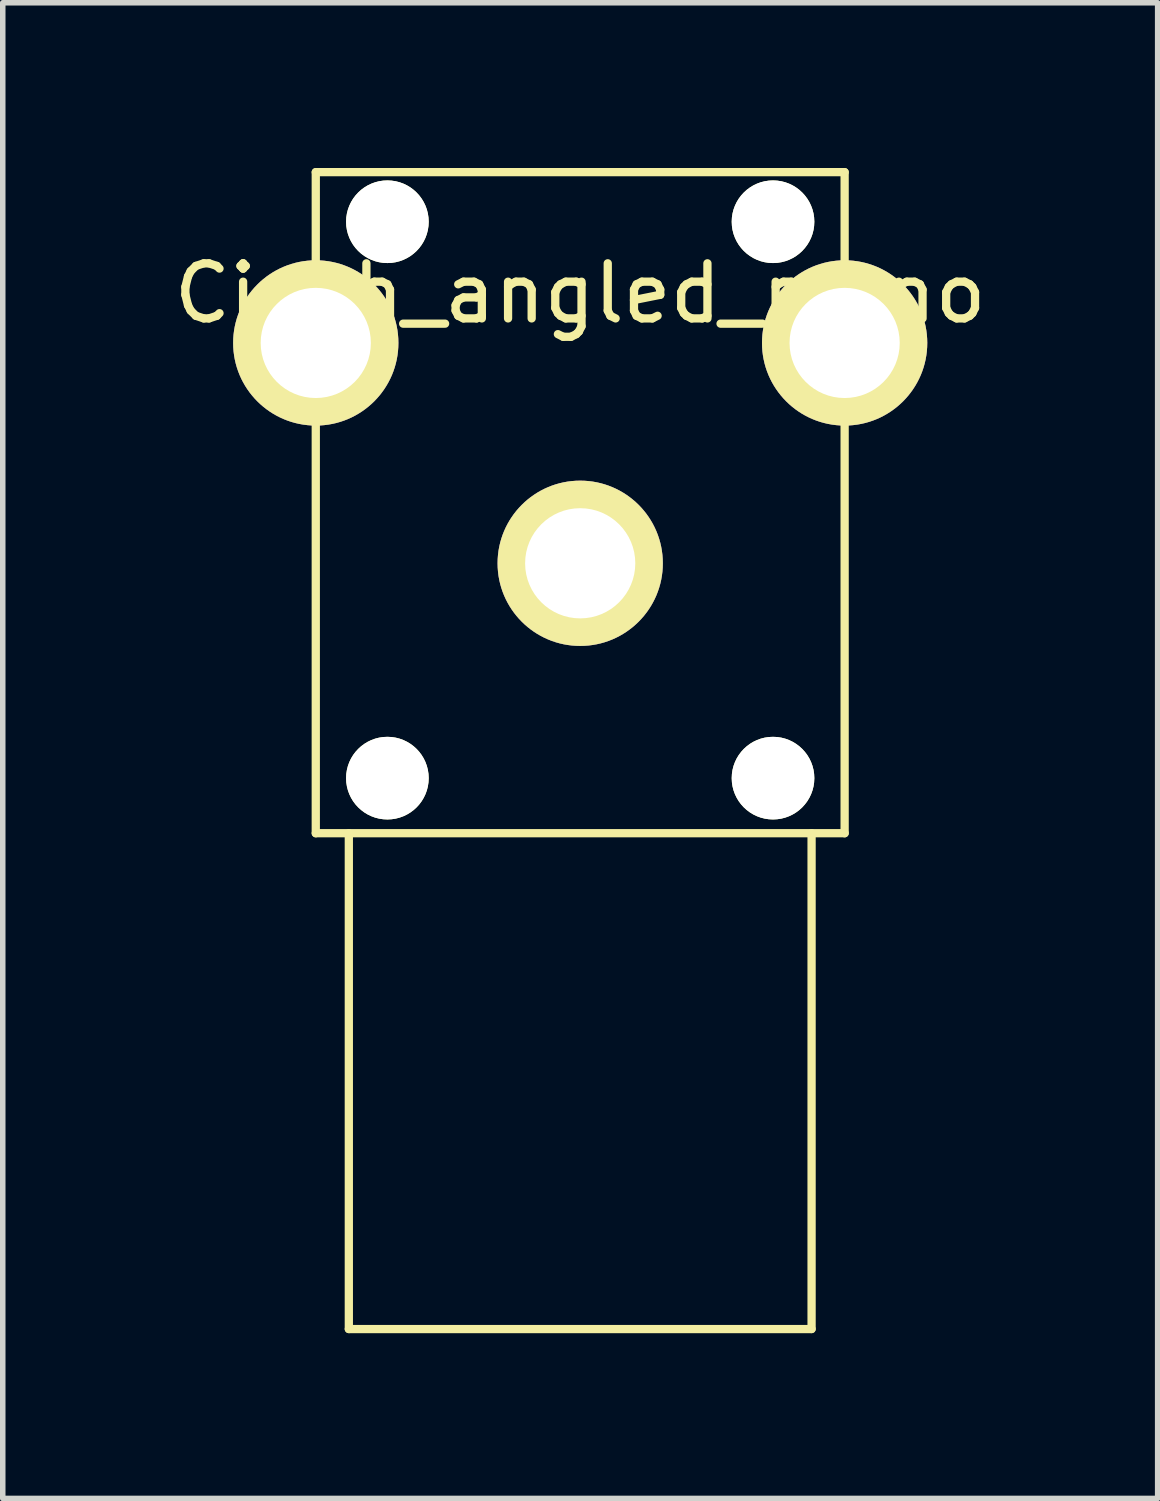
<source format=kicad_pcb>
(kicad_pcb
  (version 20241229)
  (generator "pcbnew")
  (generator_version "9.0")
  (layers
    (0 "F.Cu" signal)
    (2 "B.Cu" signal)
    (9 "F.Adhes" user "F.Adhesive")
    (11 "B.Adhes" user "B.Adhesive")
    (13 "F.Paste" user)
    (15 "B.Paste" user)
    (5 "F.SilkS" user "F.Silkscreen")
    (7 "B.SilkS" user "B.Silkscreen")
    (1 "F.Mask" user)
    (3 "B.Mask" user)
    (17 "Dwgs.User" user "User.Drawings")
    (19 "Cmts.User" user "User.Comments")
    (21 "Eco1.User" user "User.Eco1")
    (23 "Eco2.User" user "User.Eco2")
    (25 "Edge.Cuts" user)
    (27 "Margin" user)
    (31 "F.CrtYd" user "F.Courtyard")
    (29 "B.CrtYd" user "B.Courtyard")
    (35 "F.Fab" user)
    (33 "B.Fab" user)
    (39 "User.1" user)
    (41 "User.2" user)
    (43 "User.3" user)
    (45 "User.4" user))
  (footprint "Cinch_angled_mono"
    (layer "F.Cu")
    (at 7.482 7.175)
    (property "Reference" "Cinch_angled_mono" (at 0 -4.9 0) (layer "F.SilkS") (effects (font (size 1 1) (thickness 0.15))))
    (attr through_hole)
    (fp_line (start -4.8 -7.1) (end 4.8 -7.1) (stroke (width 0.15) (type solid)) (layer "F.SilkS"))
    (fp_line (start -4.8 4.9) (end -4.8 -7.1) (stroke (width 0.15) (type solid)) (layer "F.SilkS"))
    (fp_line (start -4.2 4.9) (end -4.2 13.9) (stroke (width 0.15) (type solid)) (layer "F.SilkS"))
    (fp_line (start -4.2 13.9) (end 4.2 13.9) (stroke (width 0.15) (type solid)) (layer "F.SilkS"))
    (fp_line (start 4.2 13.9) (end 4.2 4.9) (stroke (width 0.15) (type solid)) (layer "F.SilkS"))
    (fp_line (start 4.8 -7.1) (end 4.8 4.9) (stroke (width 0.15) (type solid)) (layer "F.SilkS"))
    (fp_line (start 4.8 4.9) (end -4.8 4.9) (stroke (width 0.15) (type solid)) (layer "F.SilkS"))
    (pad "" np_thru_hole circle (at -3.5 -6.2) (size 1.5 1.5) (drill 1.5) (layers "*.Cu" "*.Mask" "F.SilkS"))
    (pad "" np_thru_hole circle (at -3.5 3.9) (size 1.5 1.5) (drill 1.5) (layers "*.Cu" "*.Mask" "F.SilkS"))
    (pad "" np_thru_hole circle (at 3.5 -6.2) (size 1.5 1.5) (drill 1.5) (layers "*.Cu" "*.Mask" "F.SilkS"))
    (pad "" np_thru_hole circle (at 3.5 3.9) (size 1.5 1.5) (drill 1.5) (layers "*.Cu" "*.Mask" "F.SilkS"))
    (pad "1" thru_hole circle (at -4.8 -4) (size 3 3) (drill 2) (layers "*.Cu" "*.Mask" "F.SilkS"))
    (pad "2" thru_hole circle (at 4.8 -4) (size 3 3) (drill 2) (layers "*.Cu" "*.Mask" "F.SilkS"))
    (pad "3" thru_hole circle (at 0 0) (size 3 3) (drill 2) (layers "*.Cu" "*.Mask" "F.SilkS")))
  (gr_rect
    (start -3 -3)
    (end 17.964 24.15)
    (stroke (width 0.1) (type default))
    (fill no)
    (layer "Edge.Cuts")))
</source>
